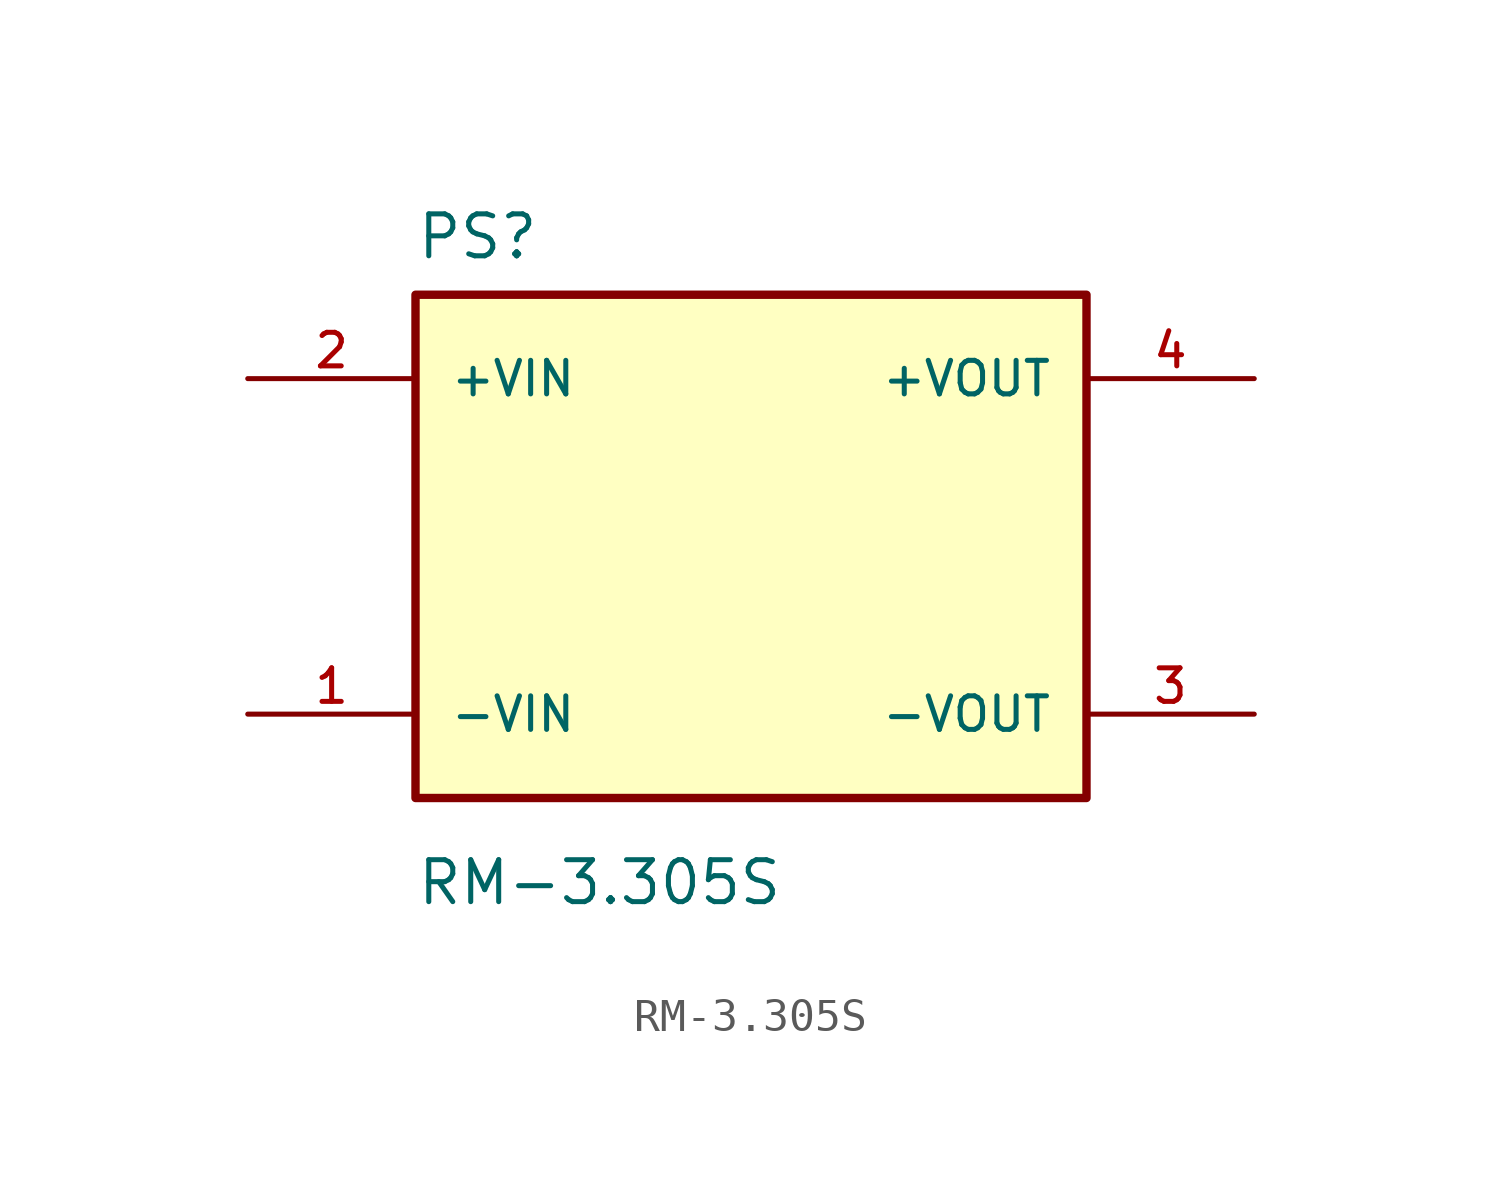
<source format=kicad_sym>
(kicad_symbol_lib
  (version 20211014)
  (generator kicad_symbol_editor)
  (symbol "RM-3.305S"
    (pin_names
      (offset 1.016))
    (property "Reference" "PS"
      (at -10.16 8.636 0)
      (effects (font (size 1.27 1.27)) (justify bottom left)))
    (property "Value" "RM-3.305S"
      (at -10.16 -10.922 0)
      (effects (font (size 1.27 1.27)) (justify bottom left)))
    (symbol "RM-3.305S_0_0"
      (rectangle (start -10.16 -7.62) (end 10.16 7.62) (stroke (width 0.254)) (fill (type background)))
      (pin input line (at -15.24 5.08 0) (length 5.08) (name "+VIN" (effects (font (size 1.016 1.016)))) (number "2" (effects (font (size 1.016 1.016)))))
      (pin output line (at 15.24 5.08 180.0) (length 5.08) (name "+VOUT" (effects (font (size 1.016 1.016)))) (number "4" (effects (font (size 1.016 1.016)))))
      (pin output line (at 15.24 -5.08 180.0) (length 5.08) (name "-VOUT" (effects (font (size 1.016 1.016)))) (number "3" (effects (font (size 1.016 1.016)))))
      (pin input line (at -15.24 -5.08 0) (length 5.08) (name "-VIN" (effects (font (size 1.016 1.016)))) (number "1" (effects (font (size 1.016 1.016))))))))
</source>
